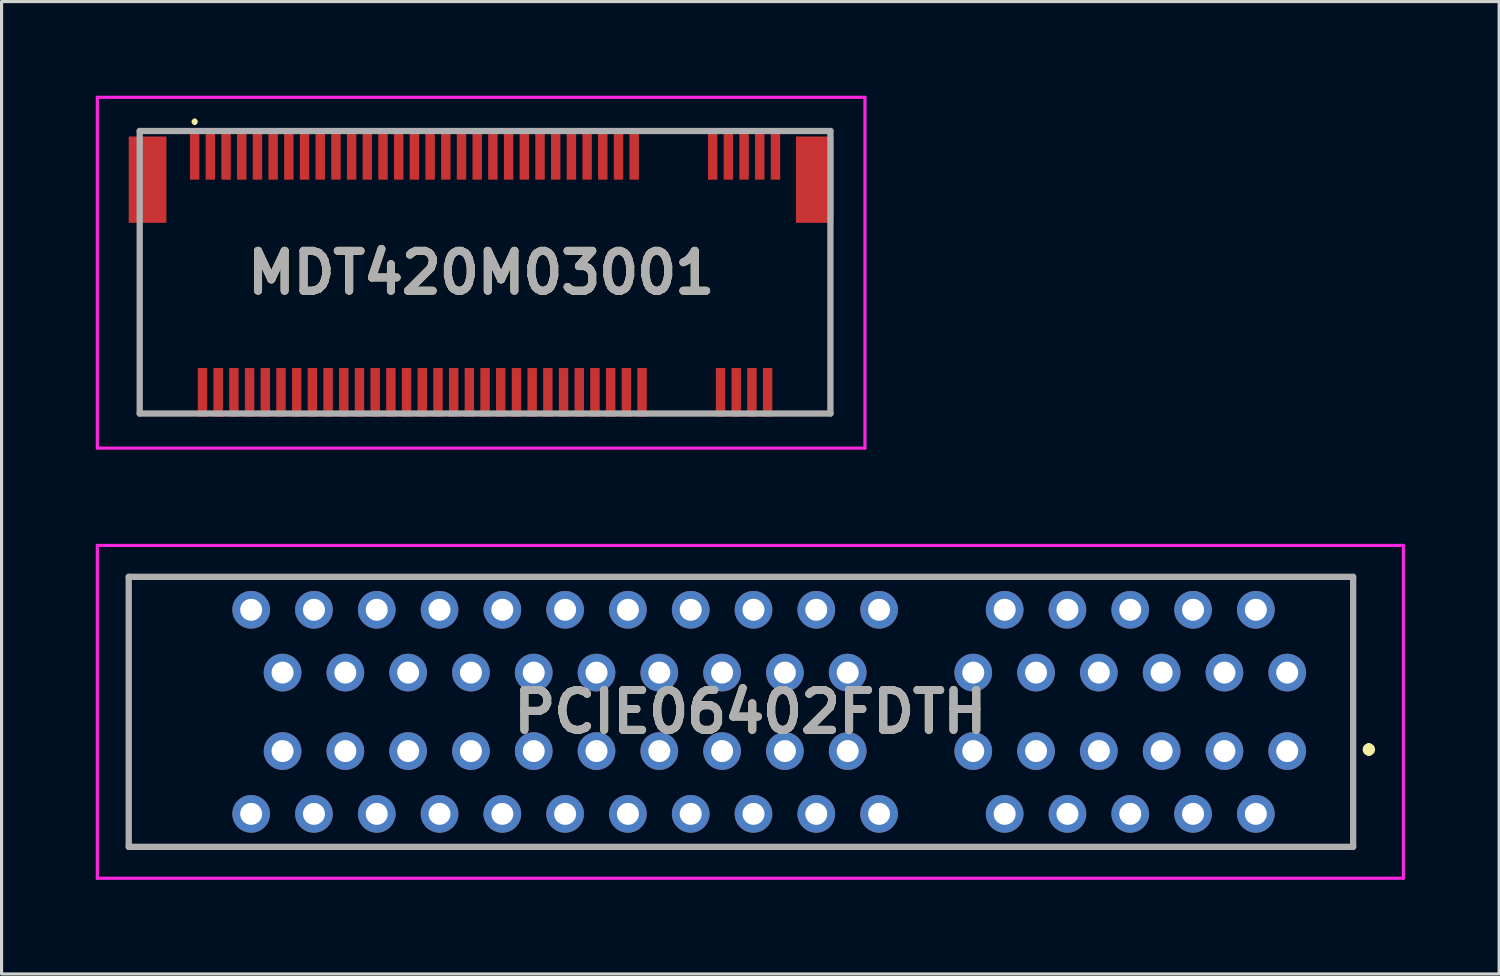
<source format=kicad_pcb>
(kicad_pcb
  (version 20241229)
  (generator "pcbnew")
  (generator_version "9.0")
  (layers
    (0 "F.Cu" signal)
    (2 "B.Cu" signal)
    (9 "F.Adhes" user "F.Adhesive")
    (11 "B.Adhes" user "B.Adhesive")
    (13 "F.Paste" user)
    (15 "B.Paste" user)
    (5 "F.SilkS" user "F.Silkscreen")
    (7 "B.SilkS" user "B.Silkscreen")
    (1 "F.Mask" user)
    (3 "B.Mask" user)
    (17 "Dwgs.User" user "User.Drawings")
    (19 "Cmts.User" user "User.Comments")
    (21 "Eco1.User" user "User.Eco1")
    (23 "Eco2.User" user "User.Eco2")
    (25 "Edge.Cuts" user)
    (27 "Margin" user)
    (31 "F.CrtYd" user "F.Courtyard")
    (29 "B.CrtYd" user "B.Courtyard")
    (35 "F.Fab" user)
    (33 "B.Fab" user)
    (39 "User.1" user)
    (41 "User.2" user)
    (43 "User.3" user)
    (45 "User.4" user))
  (footprint "MDT420M03001"
    (layer "F.Cu")
    (at 12.4 5.45)
    (property "Reference" "MDT420M03001" (at -0.125 0.186 0) (layer "F.SilkS") (effects (font (size 1.27 1.27) (thickness 0.254))))
    (attr through_hole)
    (fp_line (start -11 4.672) (end -11 -1.127) (stroke (width 0.1) (type solid)) (layer "F.SilkS"))
    (fp_line (start -9.25 -4.672) (end -9.25 -4.672) (stroke (width 0.1) (type solid)) (layer "F.SilkS"))
    (fp_line (start -9.25 -4.572) (end -9.25 -4.572) (stroke (width 0.1) (type solid)) (layer "F.SilkS"))
    (fp_line (start 11 4.672) (end 11 -1.127) (stroke (width 0.1) (type solid)) (layer "F.SilkS"))
    (fp_arc (start -9.25 -4.672) (mid -9.2 -4.622) (end -9.25 -4.572) (stroke (width 0.1) (type solid)) (layer "F.SilkS"))
    (fp_arc (start -9.25 -4.572) (mid -9.3 -4.622) (end -9.25 -4.672) (stroke (width 0.1) (type solid)) (layer "F.SilkS"))
    (fp_line (start -12.35 -5.4) (end 12.1 -5.4) (stroke (width 0.1) (type solid)) (layer "F.CrtYd"))
    (fp_line (start -12.35 5.773) (end -12.35 -5.4) (stroke (width 0.1) (type solid)) (layer "F.CrtYd"))
    (fp_line (start 12.1 -5.4) (end 12.1 5.773) (stroke (width 0.1) (type solid)) (layer "F.CrtYd"))
    (fp_line (start 12.1 5.773) (end -12.35 5.773) (stroke (width 0.1) (type solid)) (layer "F.CrtYd"))
    (fp_line (start -11 -4.328) (end 11 -4.328) (stroke (width 0.2) (type solid)) (layer "F.Fab"))
    (fp_line (start -11 4.672) (end -11 -4.328) (stroke (width 0.2) (type solid)) (layer "F.Fab"))
    (fp_line (start 11 -4.328) (end 11 4.672) (stroke (width 0.2) (type solid)) (layer "F.Fab"))
    (fp_line (start 11 4.672) (end -11 4.672) (stroke (width 0.2) (type solid)) (layer "F.Fab"))
    (fp_text user "${REFERENCE}" (at -0.125 0.186 0) (layer "F.Fab") (effects (font (size 1.27 1.27) (thickness 0.254))))
    (pad "" np_thru_hole circle (at -10 1.723) (size 0.001 0.001) (drill 1.15) (layers "*.Cu" "*.Mask"))
    (pad "" np_thru_hole circle (at 10 1.723) (size 0.001 0.001) (drill 1.65) (layers "*.Cu" "*.Mask"))
    (pad "1" smd rect (at -9.25 -3.552) (size 0.3 1.55) (layers "F.Cu" "F.Mask" "F.Paste"))
    (pad "2" smd rect (at -9 3.998) (size 0.3 1.55) (layers "F.Cu" "F.Mask" "F.Paste"))
    (pad "3" smd rect (at -8.75 -3.552) (size 0.3 1.55) (layers "F.Cu" "F.Mask" "F.Paste"))
    (pad "4" smd rect (at -8.5 3.998) (size 0.3 1.55) (layers "F.Cu" "F.Mask" "F.Paste"))
    (pad "5" smd rect (at -8.25 -3.552) (size 0.3 1.55) (layers "F.Cu" "F.Mask" "F.Paste"))
    (pad "6" smd rect (at -8 3.998) (size 0.3 1.55) (layers "F.Cu" "F.Mask" "F.Paste"))
    (pad "7" smd rect (at -7.75 -3.552) (size 0.3 1.55) (layers "F.Cu" "F.Mask" "F.Paste"))
    (pad "8" smd rect (at -7.5 3.998) (size 0.3 1.55) (layers "F.Cu" "F.Mask" "F.Paste"))
    (pad "9" smd rect (at -7.25 -3.552) (size 0.3 1.55) (layers "F.Cu" "F.Mask" "F.Paste"))
    (pad "10" smd rect (at -7 3.998) (size 0.3 1.55) (layers "F.Cu" "F.Mask" "F.Paste"))
    (pad "11" smd rect (at -6.75 -3.552) (size 0.3 1.55) (layers "F.Cu" "F.Mask" "F.Paste"))
    (pad "12" smd rect (at -6.5 3.998) (size 0.3 1.55) (layers "F.Cu" "F.Mask" "F.Paste"))
    (pad "13" smd rect (at -6.25 -3.552) (size 0.3 1.55) (layers "F.Cu" "F.Mask" "F.Paste"))
    (pad "14" smd rect (at -6 3.998) (size 0.3 1.55) (layers "F.Cu" "F.Mask" "F.Paste"))
    (pad "15" smd rect (at -5.75 -3.552) (size 0.3 1.55) (layers "F.Cu" "F.Mask" "F.Paste"))
    (pad "16" smd rect (at -5.5 3.998) (size 0.3 1.55) (layers "F.Cu" "F.Mask" "F.Paste"))
    (pad "17" smd rect (at -5.25 -3.552) (size 0.3 1.55) (layers "F.Cu" "F.Mask" "F.Paste"))
    (pad "18" smd rect (at -5 3.998) (size 0.3 1.55) (layers "F.Cu" "F.Mask" "F.Paste"))
    (pad "19" smd rect (at -4.75 -3.552) (size 0.3 1.55) (layers "F.Cu" "F.Mask" "F.Paste"))
    (pad "20" smd rect (at -4.5 3.998) (size 0.3 1.55) (layers "F.Cu" "F.Mask" "F.Paste"))
    (pad "21" smd rect (at -4.25 -3.552) (size 0.3 1.55) (layers "F.Cu" "F.Mask" "F.Paste"))
    (pad "22" smd rect (at -4 3.998) (size 0.3 1.55) (layers "F.Cu" "F.Mask" "F.Paste"))
    (pad "23" smd rect (at -3.75 -3.552) (size 0.3 1.55) (layers "F.Cu" "F.Mask" "F.Paste"))
    (pad "24" smd rect (at -3.5 3.998) (size 0.3 1.55) (layers "F.Cu" "F.Mask" "F.Paste"))
    (pad "25" smd rect (at -3.25 -3.552) (size 0.3 1.55) (layers "F.Cu" "F.Mask" "F.Paste"))
    (pad "26" smd rect (at -3 3.998) (size 0.3 1.55) (layers "F.Cu" "F.Mask" "F.Paste"))
    (pad "27" smd rect (at -2.75 -3.552) (size 0.3 1.55) (layers "F.Cu" "F.Mask" "F.Paste"))
    (pad "28" smd rect (at -2.5 3.998) (size 0.3 1.55) (layers "F.Cu" "F.Mask" "F.Paste"))
    (pad "29" smd rect (at -2.25 -3.552) (size 0.3 1.55) (layers "F.Cu" "F.Mask" "F.Paste"))
    (pad "30" smd rect (at -2 3.998) (size 0.3 1.55) (layers "F.Cu" "F.Mask" "F.Paste"))
    (pad "31" smd rect (at -1.75 -3.552) (size 0.3 1.55) (layers "F.Cu" "F.Mask" "F.Paste"))
    (pad "32" smd rect (at -1.5 3.998) (size 0.3 1.55) (layers "F.Cu" "F.Mask" "F.Paste"))
    (pad "33" smd rect (at -1.25 -3.552) (size 0.3 1.55) (layers "F.Cu" "F.Mask" "F.Paste"))
    (pad "34" smd rect (at -1 3.998) (size 0.3 1.55) (layers "F.Cu" "F.Mask" "F.Paste"))
    (pad "35" smd rect (at -0.75 -3.552) (size 0.3 1.55) (layers "F.Cu" "F.Mask" "F.Paste"))
    (pad "36" smd rect (at -0.5 3.998) (size 0.3 1.55) (layers "F.Cu" "F.Mask" "F.Paste"))
    (pad "37" smd rect (at -0.25 -3.552) (size 0.3 1.55) (layers "F.Cu" "F.Mask" "F.Paste"))
    (pad "38" smd rect (at 0 3.998) (size 0.3 1.55) (layers "F.Cu" "F.Mask" "F.Paste"))
    (pad "39" smd rect (at 0.25 -3.552) (size 0.3 1.55) (layers "F.Cu" "F.Mask" "F.Paste"))
    (pad "40" smd rect (at 0.5 3.998) (size 0.3 1.55) (layers "F.Cu" "F.Mask" "F.Paste"))
    (pad "41" smd rect (at 0.75 -3.552) (size 0.3 1.55) (layers "F.Cu" "F.Mask" "F.Paste"))
    (pad "42" smd rect (at 1 3.998) (size 0.3 1.55) (layers "F.Cu" "F.Mask" "F.Paste"))
    (pad "43" smd rect (at 1.25 -3.552) (size 0.3 1.55) (layers "F.Cu" "F.Mask" "F.Paste"))
    (pad "44" smd rect (at 1.5 3.998) (size 0.3 1.55) (layers "F.Cu" "F.Mask" "F.Paste"))
    (pad "45" smd rect (at 1.75 -3.552) (size 0.3 1.55) (layers "F.Cu" "F.Mask" "F.Paste"))
    (pad "46" smd rect (at 2 3.998) (size 0.3 1.55) (layers "F.Cu" "F.Mask" "F.Paste"))
    (pad "47" smd rect (at 2.25 -3.552) (size 0.3 1.55) (layers "F.Cu" "F.Mask" "F.Paste"))
    (pad "48" smd rect (at 2.5 3.998) (size 0.3 1.55) (layers "F.Cu" "F.Mask" "F.Paste"))
    (pad "49" smd rect (at 2.75 -3.552) (size 0.3 1.55) (layers "F.Cu" "F.Mask" "F.Paste"))
    (pad "50" smd rect (at 3 3.998) (size 0.3 1.55) (layers "F.Cu" "F.Mask" "F.Paste"))
    (pad "51" smd rect (at 3.25 -3.552) (size 0.3 1.55) (layers "F.Cu" "F.Mask" "F.Paste"))
    (pad "52" smd rect (at 3.5 3.998) (size 0.3 1.55) (layers "F.Cu" "F.Mask" "F.Paste"))
    (pad "53" smd rect (at 3.75 -3.552) (size 0.3 1.55) (layers "F.Cu" "F.Mask" "F.Paste"))
    (pad "54" smd rect (at 4 3.998) (size 0.3 1.55) (layers "F.Cu" "F.Mask" "F.Paste"))
    (pad "55" smd rect (at 4.25 -3.552) (size 0.3 1.55) (layers "F.Cu" "F.Mask" "F.Paste"))
    (pad "56" smd rect (at 4.5 3.998) (size 0.3 1.55) (layers "F.Cu" "F.Mask" "F.Paste"))
    (pad "57" smd rect (at 4.75 -3.552) (size 0.3 1.55) (layers "F.Cu" "F.Mask" "F.Paste"))
    (pad "58" smd rect (at 5 3.998) (size 0.3 1.55) (layers "F.Cu" "F.Mask" "F.Paste"))
    (pad "67" smd rect (at 7.25 -3.552) (size 0.3 1.55) (layers "F.Cu" "F.Mask" "F.Paste"))
    (pad "68" smd rect (at 7.5 3.998) (size 0.3 1.55) (layers "F.Cu" "F.Mask" "F.Paste"))
    (pad "69" smd rect (at 7.75 -3.552) (size 0.3 1.55) (layers "F.Cu" "F.Mask" "F.Paste"))
    (pad "70" smd rect (at 8 3.998) (size 0.3 1.55) (layers "F.Cu" "F.Mask" "F.Paste"))
    (pad "71" smd rect (at 8.25 -3.552) (size 0.3 1.55) (layers "F.Cu" "F.Mask" "F.Paste"))
    (pad "72" smd rect (at 8.5 3.998) (size 0.3 1.55) (layers "F.Cu" "F.Mask" "F.Paste"))
    (pad "73" smd rect (at 8.75 -3.552) (size 0.3 1.55) (layers "F.Cu" "F.Mask" "F.Paste"))
    (pad "74" smd rect (at 9 3.998) (size 0.3 1.55) (layers "F.Cu" "F.Mask" "F.Paste"))
    (pad "75" smd rect (at 9.25 -3.552) (size 0.3 1.55) (layers "F.Cu" "F.Mask" "F.Paste"))
    (pad "MP1" smd rect (at -10.75 -2.777) (size 1.2 2.75) (layers "F.Cu" "F.Mask" "F.Paste"))
    (pad "MP2" smd rect (at 10.5 -2.777) (size 1.2 2.75) (layers "F.Cu" "F.Mask" "F.Paste")))
  (footprint "PCIE06402FDTH"
    (layer "F.Cu")
    (at 20.85 19.623)
    (property "Reference" "PCIE06402FDTH" (at 0 0 0) (layer "F.SilkS") (effects (font (size 1.27 1.27) (thickness 0.254))))
    (attr through_hole)
    (fp_line (start -19.8 -4.3) (end 19.2 -4.3) (stroke (width 0.1) (type solid)) (layer "F.SilkS"))
    (fp_line (start -19.8 4.3) (end -19.8 -4.3) (stroke (width 0.1) (type solid)) (layer "F.SilkS"))
    (fp_line (start 19.2 -4.3) (end 19.2 4.3) (stroke (width 0.1) (type solid)) (layer "F.SilkS"))
    (fp_line (start 19.2 4.3) (end -19.8 4.3) (stroke (width 0.1) (type solid)) (layer "F.SilkS"))
    (fp_line (start 19.7 1.1) (end 19.7 1.1) (stroke (width 0.2) (type solid)) (layer "F.SilkS"))
    (fp_line (start 19.7 1.3) (end 19.7 1.3) (stroke (width 0.2) (type solid)) (layer "F.SilkS"))
    (fp_arc (start 19.7 1.1) (mid 19.8 1.2) (end 19.7 1.3) (stroke (width 0.2) (type solid)) (layer "F.SilkS"))
    (fp_arc (start 19.7 1.3) (mid 19.6 1.2) (end 19.7 1.1) (stroke (width 0.2) (type solid)) (layer "F.SilkS"))
    (fp_line (start -20.8 -5.3) (end 20.8 -5.3) (stroke (width 0.1) (type solid)) (layer "F.CrtYd"))
    (fp_line (start -20.8 5.3) (end -20.8 -5.3) (stroke (width 0.1) (type solid)) (layer "F.CrtYd"))
    (fp_line (start 20.8 -5.3) (end 20.8 5.3) (stroke (width 0.1) (type solid)) (layer "F.CrtYd"))
    (fp_line (start 20.8 5.3) (end -20.8 5.3) (stroke (width 0.1) (type solid)) (layer "F.CrtYd"))
    (fp_line (start -19.8 -4.3) (end 19.2 -4.3) (stroke (width 0.2) (type solid)) (layer "F.Fab"))
    (fp_line (start -19.8 4.3) (end -19.8 -4.3) (stroke (width 0.2) (type solid)) (layer "F.Fab"))
    (fp_line (start 19.2 -4.3) (end 19.2 4.3) (stroke (width 0.2) (type solid)) (layer "F.Fab"))
    (fp_line (start 19.2 4.3) (end -19.8 4.3) (stroke (width 0.2) (type solid)) (layer "F.Fab"))
    (fp_text user "${REFERENCE}" (at 0 0 0) (layer "F.Fab") (effects (font (size 1.27 1.27) (thickness 0.254))))
    (pad "" np_thru_hole circle (at -17.7 0) (size 0.001 0.001) (drill 2.35) (layers "*.Cu" "*.Mask"))
    (pad "" np_thru_hole circle (at 5.45 0) (size 0.001 0.001) (drill 2.35) (layers "*.Cu" "*.Mask"))
    (pad "A1" thru_hole circle (at 17.1 1.25) (size 1.2 1.2) (drill 0.7) (layers "*.Cu" "*.Mask"))
    (pad "A2" thru_hole circle (at 16.1 3.25) (size 1.2 1.2) (drill 0.7) (layers "*.Cu" "*.Mask"))
    (pad "A3" thru_hole circle (at 15.1 1.25) (size 1.2 1.2) (drill 0.7) (layers "*.Cu" "*.Mask"))
    (pad "A4" thru_hole circle (at 14.1 3.25) (size 1.2 1.2) (drill 0.7) (layers "*.Cu" "*.Mask"))
    (pad "A5" thru_hole circle (at 13.1 1.25) (size 1.2 1.2) (drill 0.7) (layers "*.Cu" "*.Mask"))
    (pad "A6" thru_hole circle (at 12.1 3.25) (size 1.2 1.2) (drill 0.7) (layers "*.Cu" "*.Mask"))
    (pad "A7" thru_hole circle (at 11.1 1.25) (size 1.2 1.2) (drill 0.7) (layers "*.Cu" "*.Mask"))
    (pad "A8" thru_hole circle (at 10.1 3.25) (size 1.2 1.2) (drill 0.7) (layers "*.Cu" "*.Mask"))
    (pad "A9" thru_hole circle (at 9.1 1.25) (size 1.2 1.2) (drill 0.7) (layers "*.Cu" "*.Mask"))
    (pad "A10" thru_hole circle (at 8.1 3.25) (size 1.2 1.2) (drill 0.7) (layers "*.Cu" "*.Mask"))
    (pad "A11" thru_hole circle (at 7.1 1.25) (size 1.2 1.2) (drill 0.7) (layers "*.Cu" "*.Mask"))
    (pad "A12" thru_hole circle (at 4.1 3.25) (size 1.2 1.2) (drill 0.7) (layers "*.Cu" "*.Mask"))
    (pad "A13" thru_hole circle (at 3.1 1.25) (size 1.2 1.2) (drill 0.7) (layers "*.Cu" "*.Mask"))
    (pad "A14" thru_hole circle (at 2.1 3.25) (size 1.2 1.2) (drill 0.7) (layers "*.Cu" "*.Mask"))
    (pad "A15" thru_hole circle (at 1.1 1.25) (size 1.2 1.2) (drill 0.7) (layers "*.Cu" "*.Mask"))
    (pad "A16" thru_hole circle (at 0.1 3.25) (size 1.2 1.2) (drill 0.7) (layers "*.Cu" "*.Mask"))
    (pad "A17" thru_hole circle (at -0.9 1.25) (size 1.2 1.2) (drill 0.7) (layers "*.Cu" "*.Mask"))
    (pad "A18" thru_hole circle (at -1.9 3.25) (size 1.2 1.2) (drill 0.7) (layers "*.Cu" "*.Mask"))
    (pad "A19" thru_hole circle (at -2.9 1.25) (size 1.2 1.2) (drill 0.7) (layers "*.Cu" "*.Mask"))
    (pad "A20" thru_hole circle (at -3.9 3.25) (size 1.2 1.2) (drill 0.7) (layers "*.Cu" "*.Mask"))
    (pad "A21" thru_hole circle (at -4.9 1.25) (size 1.2 1.2) (drill 0.7) (layers "*.Cu" "*.Mask"))
    (pad "A22" thru_hole circle (at -5.9 3.25) (size 1.2 1.2) (drill 0.7) (layers "*.Cu" "*.Mask"))
    (pad "A23" thru_hole circle (at -6.9 1.25) (size 1.2 1.2) (drill 0.7) (layers "*.Cu" "*.Mask"))
    (pad "A24" thru_hole circle (at -7.9 3.25) (size 1.2 1.2) (drill 0.7) (layers "*.Cu" "*.Mask"))
    (pad "A25" thru_hole circle (at -8.9 1.25) (size 1.2 1.2) (drill 0.7) (layers "*.Cu" "*.Mask"))
    (pad "A26" thru_hole circle (at -9.9 3.25) (size 1.2 1.2) (drill 0.7) (layers "*.Cu" "*.Mask"))
    (pad "A27" thru_hole circle (at -10.9 1.25) (size 1.2 1.2) (drill 0.7) (layers "*.Cu" "*.Mask"))
    (pad "A28" thru_hole circle (at -11.9 3.25) (size 1.2 1.2) (drill 0.7) (layers "*.Cu" "*.Mask"))
    (pad "A29" thru_hole circle (at -12.9 1.25) (size 1.2 1.2) (drill 0.7) (layers "*.Cu" "*.Mask"))
    (pad "A30" thru_hole circle (at -13.9 3.25) (size 1.2 1.2) (drill 0.7) (layers "*.Cu" "*.Mask"))
    (pad "A31" thru_hole circle (at -14.9 1.25) (size 1.2 1.2) (drill 0.7) (layers "*.Cu" "*.Mask"))
    (pad "A32" thru_hole circle (at -15.9 3.25) (size 1.2 1.2) (drill 0.7) (layers "*.Cu" "*.Mask"))
    (pad "B1" thru_hole circle (at 17.1 -1.25) (size 1.2 1.2) (drill 0.7) (layers "*.Cu" "*.Mask"))
    (pad "B2" thru_hole circle (at 16.1 -3.25) (size 1.2 1.2) (drill 0.7) (layers "*.Cu" "*.Mask"))
    (pad "B3" thru_hole circle (at 15.1 -1.25) (size 1.2 1.2) (drill 0.7) (layers "*.Cu" "*.Mask"))
    (pad "B4" thru_hole circle (at 14.1 -3.25) (size 1.2 1.2) (drill 0.7) (layers "*.Cu" "*.Mask"))
    (pad "B5" thru_hole circle (at 13.1 -1.25) (size 1.2 1.2) (drill 0.7) (layers "*.Cu" "*.Mask"))
    (pad "B6" thru_hole circle (at 12.1 -3.25) (size 1.2 1.2) (drill 0.7) (layers "*.Cu" "*.Mask"))
    (pad "B7" thru_hole circle (at 11.1 -1.25) (size 1.2 1.2) (drill 0.7) (layers "*.Cu" "*.Mask"))
    (pad "B8" thru_hole circle (at 10.1 -3.25) (size 1.2 1.2) (drill 0.7) (layers "*.Cu" "*.Mask"))
    (pad "B9" thru_hole circle (at 9.1 -1.25) (size 1.2 1.2) (drill 0.7) (layers "*.Cu" "*.Mask"))
    (pad "B10" thru_hole circle (at 8.1 -3.25) (size 1.2 1.2) (drill 0.7) (layers "*.Cu" "*.Mask"))
    (pad "B11" thru_hole circle (at 7.1 -1.25) (size 1.2 1.2) (drill 0.7) (layers "*.Cu" "*.Mask"))
    (pad "B12" thru_hole circle (at 4.1 -3.25) (size 1.2 1.2) (drill 0.7) (layers "*.Cu" "*.Mask"))
    (pad "B13" thru_hole circle (at 3.1 -1.25) (size 1.2 1.2) (drill 0.7) (layers "*.Cu" "*.Mask"))
    (pad "B14" thru_hole circle (at 2.1 -3.25) (size 1.2 1.2) (drill 0.7) (layers "*.Cu" "*.Mask"))
    (pad "B15" thru_hole circle (at 1.1 -1.25) (size 1.2 1.2) (drill 0.7) (layers "*.Cu" "*.Mask"))
    (pad "B16" thru_hole circle (at 0.1 -3.25) (size 1.2 1.2) (drill 0.7) (layers "*.Cu" "*.Mask"))
    (pad "B17" thru_hole circle (at -0.9 -1.25) (size 1.2 1.2) (drill 0.7) (layers "*.Cu" "*.Mask"))
    (pad "B18" thru_hole circle (at -1.9 -3.25) (size 1.2 1.2) (drill 0.7) (layers "*.Cu" "*.Mask"))
    (pad "B19" thru_hole circle (at -2.9 -1.25) (size 1.2 1.2) (drill 0.7) (layers "*.Cu" "*.Mask"))
    (pad "B20" thru_hole circle (at -3.9 -3.25) (size 1.2 1.2) (drill 0.7) (layers "*.Cu" "*.Mask"))
    (pad "B21" thru_hole circle (at -4.9 -1.25) (size 1.2 1.2) (drill 0.7) (layers "*.Cu" "*.Mask"))
    (pad "B22" thru_hole circle (at -5.9 -3.25) (size 1.2 1.2) (drill 0.7) (layers "*.Cu" "*.Mask"))
    (pad "B23" thru_hole circle (at -6.9 -1.25) (size 1.2 1.2) (drill 0.7) (layers "*.Cu" "*.Mask"))
    (pad "B24" thru_hole circle (at -7.9 -3.25) (size 1.2 1.2) (drill 0.7) (layers "*.Cu" "*.Mask"))
    (pad "B25" thru_hole circle (at -8.9 -1.25) (size 1.2 1.2) (drill 0.7) (layers "*.Cu" "*.Mask"))
    (pad "B26" thru_hole circle (at -9.9 -3.25) (size 1.2 1.2) (drill 0.7) (layers "*.Cu" "*.Mask"))
    (pad "B27" thru_hole circle (at -10.9 -1.25) (size 1.2 1.2) (drill 0.7) (layers "*.Cu" "*.Mask"))
    (pad "B28" thru_hole circle (at -11.9 -3.25) (size 1.2 1.2) (drill 0.7) (layers "*.Cu" "*.Mask"))
    (pad "B29" thru_hole circle (at -12.9 -1.25) (size 1.2 1.2) (drill 0.7) (layers "*.Cu" "*.Mask"))
    (pad "B30" thru_hole circle (at -13.9 -3.25) (size 1.2 1.2) (drill 0.7) (layers "*.Cu" "*.Mask"))
    (pad "B31" thru_hole circle (at -14.9 -1.25) (size 1.2 1.2) (drill 0.7) (layers "*.Cu" "*.Mask"))
    (pad "B32" thru_hole circle (at -15.9 -3.25) (size 1.2 1.2) (drill 0.7) (layers "*.Cu" "*.Mask")))
  (gr_rect
    (start -3 -3)
    (end 44.7 27.973)
    (stroke (width 0.1) (type default))
    (fill no)
    (layer "Edge.Cuts")))
</source>
